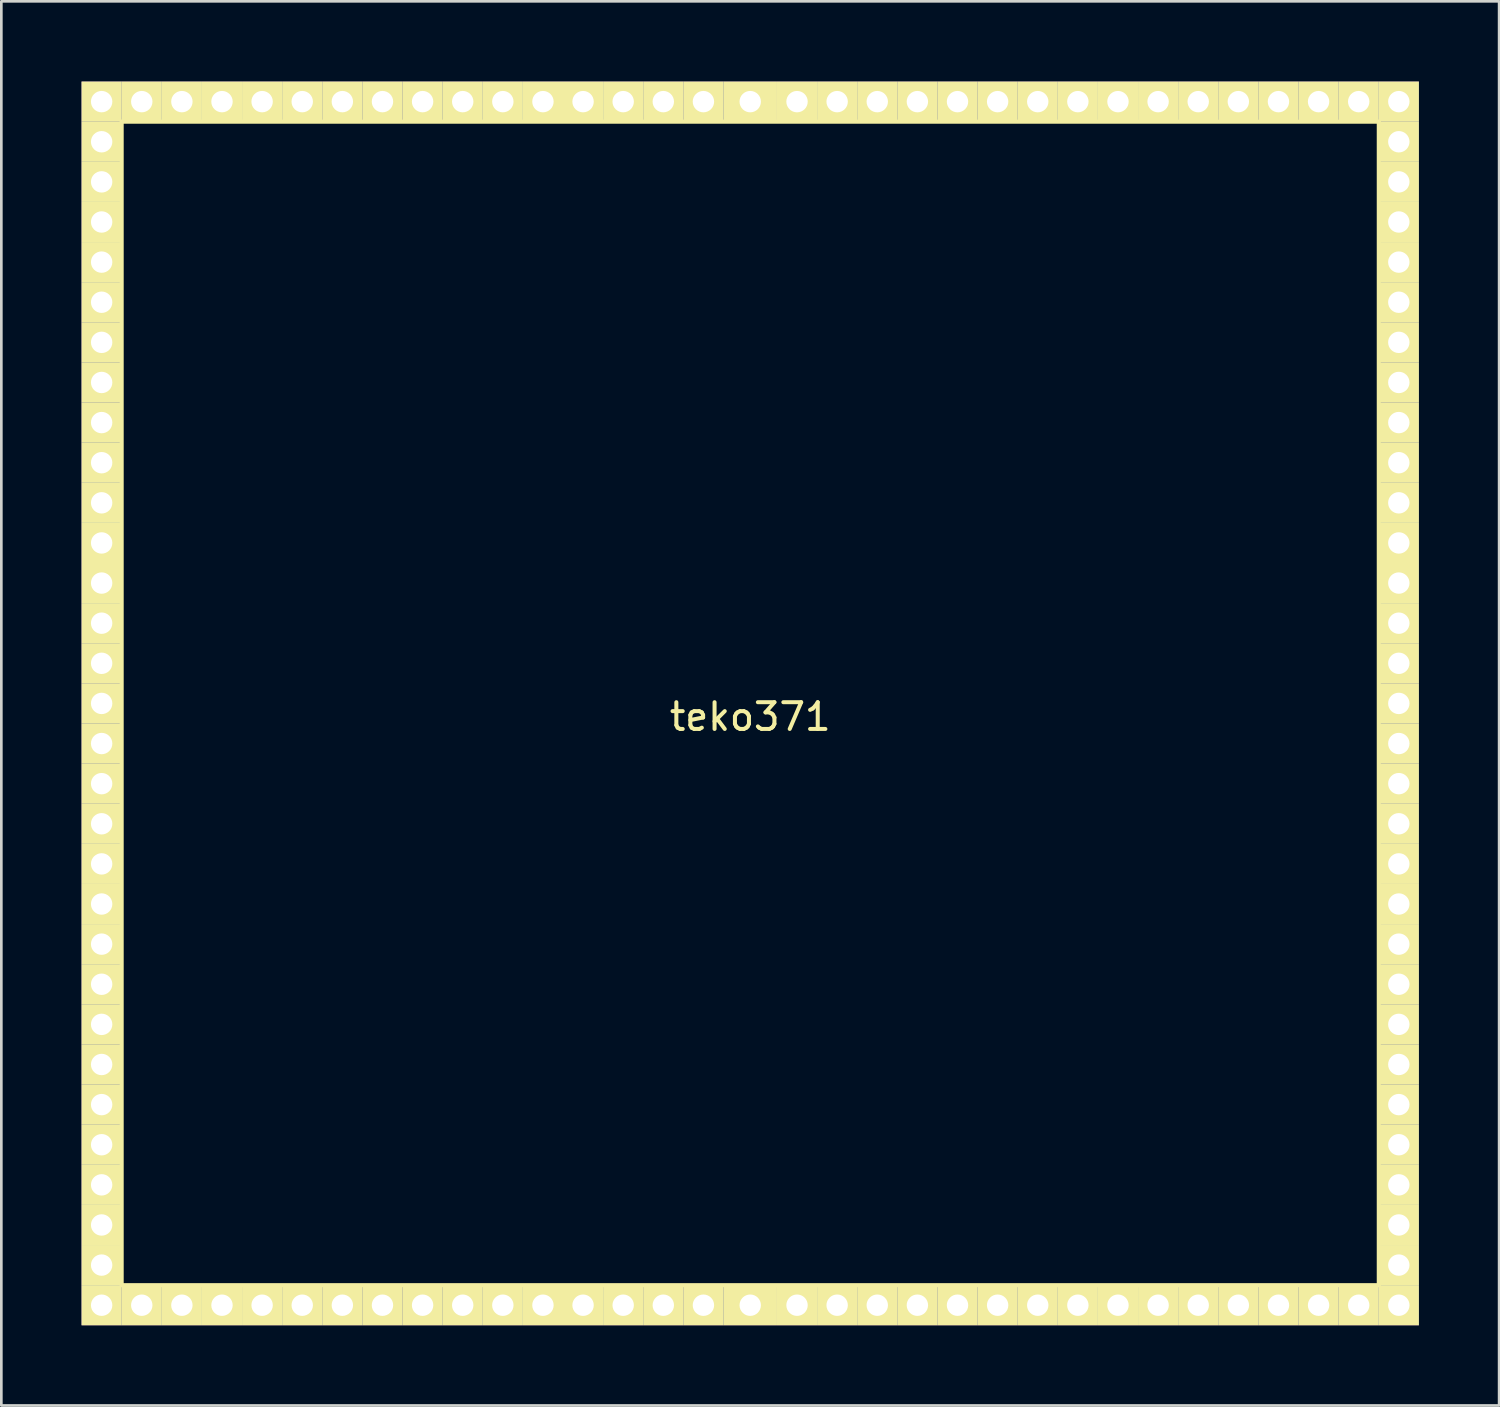
<source format=kicad_pcb>
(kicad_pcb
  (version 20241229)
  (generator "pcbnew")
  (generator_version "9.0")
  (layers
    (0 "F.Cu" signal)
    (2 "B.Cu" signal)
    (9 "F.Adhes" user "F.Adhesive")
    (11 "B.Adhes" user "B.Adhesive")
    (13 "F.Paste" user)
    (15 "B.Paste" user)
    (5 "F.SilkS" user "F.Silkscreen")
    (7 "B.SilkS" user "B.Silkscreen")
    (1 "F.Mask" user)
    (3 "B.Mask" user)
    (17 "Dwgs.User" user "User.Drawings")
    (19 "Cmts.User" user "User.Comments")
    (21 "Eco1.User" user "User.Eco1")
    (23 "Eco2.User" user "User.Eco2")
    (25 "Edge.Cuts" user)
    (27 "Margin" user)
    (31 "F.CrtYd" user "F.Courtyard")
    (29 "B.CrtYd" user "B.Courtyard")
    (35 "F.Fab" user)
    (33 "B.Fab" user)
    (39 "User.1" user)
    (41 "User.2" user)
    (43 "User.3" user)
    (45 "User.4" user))
  (footprint "teko371"
    (layer "F.Cu")
    (at 25 23.25)
    (property "Reference" "teko371" (at 0 0.5 0) (layer "F.SilkS") (effects (font (size 1 1) (thickness 0.15))))
    (attr through_hole)
    (fp_line (start -23.5 -21.75) (end 23.5 -21.75) (stroke (width 0.15) (type solid)) (layer "F.SilkS"))
    (fp_line (start -23.5 21.75) (end -23.5 -21.75) (stroke (width 0.15) (type solid)) (layer "F.SilkS"))
    (fp_line (start 23.5 -21.75) (end 23.5 21.75) (stroke (width 0.15) (type solid)) (layer "F.SilkS"))
    (fp_line (start 23.5 21.75) (end -23.5 21.75) (stroke (width 0.15) (type solid)) (layer "F.SilkS"))
    (pad "1" thru_hole rect (at -24.25 -22.5) (size 1.5 1.5) (drill 0.8) (layers "*.Cu" "*.Mask" "F.SilkS"))
    (pad "1" thru_hole rect (at -24.25 -21) (size 1.5 1.5) (drill 0.8) (layers "*.Cu" "*.Mask" "F.SilkS"))
    (pad "1" thru_hole rect (at -24.25 -19.5) (size 1.5 1.5) (drill 0.8) (layers "*.Cu" "*.Mask" "F.SilkS"))
    (pad "1" thru_hole rect (at -24.25 -18) (size 1.5 1.5) (drill 0.8) (layers "*.Cu" "*.Mask" "F.SilkS"))
    (pad "1" thru_hole rect (at -24.25 -16.5) (size 1.5 1.5) (drill 0.8) (layers "*.Cu" "*.Mask" "F.SilkS"))
    (pad "1" thru_hole rect (at -24.25 -15) (size 1.5 1.5) (drill 0.8) (layers "*.Cu" "*.Mask" "F.SilkS"))
    (pad "1" thru_hole rect (at -24.25 -13.5) (size 1.5 1.5) (drill 0.8) (layers "*.Cu" "*.Mask" "F.SilkS"))
    (pad "1" thru_hole rect (at -24.25 -12) (size 1.5 1.5) (drill 0.8) (layers "*.Cu" "*.Mask" "F.SilkS"))
    (pad "1" thru_hole rect (at -24.25 -10.5) (size 1.5 1.5) (drill 0.8) (layers "*.Cu" "*.Mask" "F.SilkS"))
    (pad "1" thru_hole rect (at -24.25 -9) (size 1.5 1.5) (drill 0.8) (layers "*.Cu" "*.Mask" "F.SilkS"))
    (pad "1" thru_hole rect (at -24.25 -7.5) (size 1.5 1.5) (drill 0.8) (layers "*.Cu" "*.Mask" "F.SilkS"))
    (pad "1" thru_hole rect (at -24.25 -6) (size 1.5 1.5) (drill 0.8) (layers "*.Cu" "*.Mask" "F.SilkS"))
    (pad "1" thru_hole rect (at -24.25 -4.5) (size 1.5 1.5) (drill 0.8) (layers "*.Cu" "*.Mask" "F.SilkS"))
    (pad "1" thru_hole rect (at -24.25 -3) (size 1.5 1.5) (drill 0.8) (layers "*.Cu" "*.Mask" "F.SilkS"))
    (pad "1" thru_hole rect (at -24.25 -1.5) (size 1.5 1.5) (drill 0.8) (layers "*.Cu" "*.Mask" "F.SilkS"))
    (pad "1" thru_hole rect (at -24.25 0) (size 1.5 1.5) (drill 0.8) (layers "*.Cu" "*.Mask" "F.SilkS"))
    (pad "1" thru_hole rect (at -24.25 1.5) (size 1.5 1.5) (drill 0.8) (layers "*.Cu" "*.Mask" "F.SilkS"))
    (pad "1" thru_hole rect (at -24.25 3) (size 1.5 1.5) (drill 0.8) (layers "*.Cu" "*.Mask" "F.SilkS"))
    (pad "1" thru_hole rect (at -24.25 4.5) (size 1.5 1.5) (drill 0.8) (layers "*.Cu" "*.Mask" "F.SilkS"))
    (pad "1" thru_hole rect (at -24.25 6) (size 1.5 1.5) (drill 0.8) (layers "*.Cu" "*.Mask" "F.SilkS"))
    (pad "1" thru_hole rect (at -24.25 7.5) (size 1.5 1.5) (drill 0.8) (layers "*.Cu" "*.Mask" "F.SilkS"))
    (pad "1" thru_hole rect (at -24.25 9) (size 1.5 1.5) (drill 0.8) (layers "*.Cu" "*.Mask" "F.SilkS"))
    (pad "1" thru_hole rect (at -24.25 10.5) (size 1.5 1.5) (drill 0.8) (layers "*.Cu" "*.Mask" "F.SilkS"))
    (pad "1" thru_hole rect (at -24.25 12) (size 1.5 1.5) (drill 0.8) (layers "*.Cu" "*.Mask" "F.SilkS"))
    (pad "1" thru_hole rect (at -24.25 13.5) (size 1.5 1.5) (drill 0.8) (layers "*.Cu" "*.Mask" "F.SilkS"))
    (pad "1" thru_hole rect (at -24.25 15) (size 1.5 1.5) (drill 0.8) (layers "*.Cu" "*.Mask" "F.SilkS"))
    (pad "1" thru_hole rect (at -24.25 16.5) (size 1.5 1.5) (drill 0.8) (layers "*.Cu" "*.Mask" "F.SilkS"))
    (pad "1" thru_hole rect (at -24.25 18) (size 1.5 1.5) (drill 0.8) (layers "*.Cu" "*.Mask" "F.SilkS"))
    (pad "1" thru_hole rect (at -24.25 19.5) (size 1.5 1.5) (drill 0.8) (layers "*.Cu" "*.Mask" "F.SilkS"))
    (pad "1" thru_hole rect (at -24.25 21) (size 1.5 1.5) (drill 0.8) (layers "*.Cu" "*.Mask" "F.SilkS"))
    (pad "1" thru_hole rect (at -24.25 22.5) (size 1.5 1.5) (drill 0.8) (layers "*.Cu" "*.Mask" "F.SilkS"))
    (pad "1" thru_hole rect (at -22.75 -22.5) (size 1.5 1.5) (drill 0.8) (layers "*.Cu" "*.Mask" "F.SilkS"))
    (pad "1" thru_hole rect (at -22.75 22.5) (size 1.5 1.5) (drill 0.8) (layers "*.Cu" "*.Mask" "F.SilkS"))
    (pad "1" thru_hole rect (at -21.25 -22.5) (size 1.5 1.5) (drill 0.8) (layers "*.Cu" "*.Mask" "F.SilkS"))
    (pad "1" thru_hole rect (at -21.25 22.5) (size 1.5 1.5) (drill 0.8) (layers "*.Cu" "*.Mask" "F.SilkS"))
    (pad "1" thru_hole rect (at -19.75 -22.5) (size 1.5 1.5) (drill 0.8) (layers "*.Cu" "*.Mask" "F.SilkS"))
    (pad "1" thru_hole rect (at -19.75 22.5) (size 1.5 1.5) (drill 0.8) (layers "*.Cu" "*.Mask" "F.SilkS"))
    (pad "1" thru_hole rect (at -18.25 -22.5) (size 1.5 1.5) (drill 0.8) (layers "*.Cu" "*.Mask" "F.SilkS"))
    (pad "1" thru_hole rect (at -18.25 22.5) (size 1.5 1.5) (drill 0.8) (layers "*.Cu" "*.Mask" "F.SilkS"))
    (pad "1" thru_hole rect (at -16.75 -22.5) (size 1.5 1.5) (drill 0.8) (layers "*.Cu" "*.Mask" "F.SilkS"))
    (pad "1" thru_hole rect (at -16.75 22.5) (size 1.5 1.5) (drill 0.8) (layers "*.Cu" "*.Mask" "F.SilkS"))
    (pad "1" thru_hole rect (at -15.25 -22.5) (size 1.5 1.5) (drill 0.8) (layers "*.Cu" "*.Mask" "F.SilkS"))
    (pad "1" thru_hole rect (at -15.25 22.5) (size 1.5 1.5) (drill 0.8) (layers "*.Cu" "*.Mask" "F.SilkS"))
    (pad "1" thru_hole rect (at -13.75 -22.5) (size 1.5 1.5) (drill 0.8) (layers "*.Cu" "*.Mask" "F.SilkS"))
    (pad "1" thru_hole rect (at -13.75 22.5) (size 1.5 1.5) (drill 0.8) (layers "*.Cu" "*.Mask" "F.SilkS"))
    (pad "1" thru_hole rect (at -12.25 -22.5) (size 1.5 1.5) (drill 0.8) (layers "*.Cu" "*.Mask" "F.SilkS"))
    (pad "1" thru_hole rect (at -12.25 22.5) (size 1.5 1.5) (drill 0.8) (layers "*.Cu" "*.Mask" "F.SilkS"))
    (pad "1" thru_hole rect (at -10.75 -22.5) (size 1.5 1.5) (drill 0.8) (layers "*.Cu" "*.Mask" "F.SilkS"))
    (pad "1" thru_hole rect (at -10.75 22.5) (size 1.5 1.5) (drill 0.8) (layers "*.Cu" "*.Mask" "F.SilkS"))
    (pad "1" thru_hole rect (at -9.25 -22.5) (size 1.5 1.5) (drill 0.8) (layers "*.Cu" "*.Mask" "F.SilkS"))
    (pad "1" thru_hole rect (at -9.25 22.5) (size 1.5 1.5) (drill 0.8) (layers "*.Cu" "*.Mask" "F.SilkS"))
    (pad "1" thru_hole rect (at -7.75 -22.5) (size 1.5 1.5) (drill 0.8) (layers "*.Cu" "*.Mask" "F.SilkS"))
    (pad "1" thru_hole rect (at -7.75 22.5) (size 1.5 1.5) (drill 0.8) (layers "*.Cu" "*.Mask" "F.SilkS"))
    (pad "1" thru_hole rect (at -6.25 -22.5) (size 1.5 1.5) (drill 0.8) (layers "*.Cu" "*.Mask" "F.SilkS"))
    (pad "1" thru_hole rect (at -6.25 22.5) (size 1.5 1.5) (drill 0.8) (layers "*.Cu" "*.Mask" "F.SilkS"))
    (pad "1" thru_hole rect (at -4.75 -22.5) (size 1.5 1.5) (drill 0.8) (layers "*.Cu" "*.Mask" "F.SilkS"))
    (pad "1" thru_hole rect (at -4.75 22.5) (size 1.5 1.5) (drill 0.8) (layers "*.Cu" "*.Mask" "F.SilkS"))
    (pad "1" thru_hole rect (at -3.25 -22.5) (size 1.5 1.5) (drill 0.8) (layers "*.Cu" "*.Mask" "F.SilkS"))
    (pad "1" thru_hole rect (at -3.25 22.5) (size 1.5 1.5) (drill 0.8) (layers "*.Cu" "*.Mask" "F.SilkS"))
    (pad "1" thru_hole rect (at -1.75 -22.5) (size 1.5 1.5) (drill 0.8) (layers "*.Cu" "*.Mask" "F.SilkS"))
    (pad "1" thru_hole rect (at -1.75 22.5) (size 1.5 1.5) (drill 0.8) (layers "*.Cu" "*.Mask" "F.SilkS"))
    (pad "1" thru_hole rect (at 0 -22.5) (size 2 1.5) (drill 0.8) (layers "*.Cu" "*.Mask" "F.SilkS"))
    (pad "1" thru_hole rect (at 0 22.5) (size 2 1.5) (drill 0.8) (layers "*.Cu" "*.Mask" "F.SilkS"))
    (pad "1" thru_hole rect (at 1.75 -22.5) (size 1.5 1.5) (drill 0.8) (layers "*.Cu" "*.Mask" "F.SilkS"))
    (pad "1" thru_hole rect (at 1.75 22.5) (size 1.5 1.5) (drill 0.8) (layers "*.Cu" "*.Mask" "F.SilkS"))
    (pad "1" thru_hole rect (at 3.25 -22.5) (size 1.5 1.5) (drill 0.8) (layers "*.Cu" "*.Mask" "F.SilkS"))
    (pad "1" thru_hole rect (at 3.25 22.5) (size 1.5 1.5) (drill 0.8) (layers "*.Cu" "*.Mask" "F.SilkS"))
    (pad "1" thru_hole rect (at 4.75 -22.5) (size 1.5 1.5) (drill 0.8) (layers "*.Cu" "*.Mask" "F.SilkS"))
    (pad "1" thru_hole rect (at 4.75 22.5) (size 1.5 1.5) (drill 0.8) (layers "*.Cu" "*.Mask" "F.SilkS"))
    (pad "1" thru_hole rect (at 6.25 -22.5) (size 1.5 1.5) (drill 0.8) (layers "*.Cu" "*.Mask" "F.SilkS"))
    (pad "1" thru_hole rect (at 6.25 22.5) (size 1.5 1.5) (drill 0.8) (layers "*.Cu" "*.Mask" "F.SilkS"))
    (pad "1" thru_hole rect (at 7.75 -22.5) (size 1.5 1.5) (drill 0.8) (layers "*.Cu" "*.Mask" "F.SilkS"))
    (pad "1" thru_hole rect (at 7.75 22.5) (size 1.5 1.5) (drill 0.8) (layers "*.Cu" "*.Mask" "F.SilkS"))
    (pad "1" thru_hole rect (at 9.25 -22.5) (size 1.5 1.5) (drill 0.8) (layers "*.Cu" "*.Mask" "F.SilkS"))
    (pad "1" thru_hole rect (at 9.25 22.5) (size 1.5 1.5) (drill 0.8) (layers "*.Cu" "*.Mask" "F.SilkS"))
    (pad "1" thru_hole rect (at 10.75 -22.5) (size 1.5 1.5) (drill 0.8) (layers "*.Cu" "*.Mask" "F.SilkS"))
    (pad "1" thru_hole rect (at 10.75 22.5) (size 1.5 1.5) (drill 0.8) (layers "*.Cu" "*.Mask" "F.SilkS"))
    (pad "1" thru_hole rect (at 12.25 -22.5) (size 1.5 1.5) (drill 0.8) (layers "*.Cu" "*.Mask" "F.SilkS"))
    (pad "1" thru_hole rect (at 12.25 22.5) (size 1.5 1.5) (drill 0.8) (layers "*.Cu" "*.Mask" "F.SilkS"))
    (pad "1" thru_hole rect (at 13.75 -22.5) (size 1.5 1.5) (drill 0.8) (layers "*.Cu" "*.Mask" "F.SilkS"))
    (pad "1" thru_hole rect (at 13.75 22.5) (size 1.5 1.5) (drill 0.8) (layers "*.Cu" "*.Mask" "F.SilkS"))
    (pad "1" thru_hole rect (at 15.25 -22.5) (size 1.5 1.5) (drill 0.8) (layers "*.Cu" "*.Mask" "F.SilkS"))
    (pad "1" thru_hole rect (at 15.25 22.5) (size 1.5 1.5) (drill 0.8) (layers "*.Cu" "*.Mask" "F.SilkS"))
    (pad "1" thru_hole rect (at 16.75 -22.5) (size 1.5 1.5) (drill 0.8) (layers "*.Cu" "*.Mask" "F.SilkS"))
    (pad "1" thru_hole rect (at 16.75 22.5) (size 1.5 1.5) (drill 0.8) (layers "*.Cu" "*.Mask" "F.SilkS"))
    (pad "1" thru_hole rect (at 18.25 -22.5) (size 1.5 1.5) (drill 0.8) (layers "*.Cu" "*.Mask" "F.SilkS"))
    (pad "1" thru_hole rect (at 18.25 22.5) (size 1.5 1.5) (drill 0.8) (layers "*.Cu" "*.Mask" "F.SilkS"))
    (pad "1" thru_hole rect (at 19.75 -22.5) (size 1.5 1.5) (drill 0.8) (layers "*.Cu" "*.Mask" "F.SilkS"))
    (pad "1" thru_hole rect (at 19.75 22.5) (size 1.5 1.5) (drill 0.8) (layers "*.Cu" "*.Mask" "F.SilkS"))
    (pad "1" thru_hole rect (at 21.25 -22.5) (size 1.5 1.5) (drill 0.8) (layers "*.Cu" "*.Mask" "F.SilkS"))
    (pad "1" thru_hole rect (at 21.25 22.5) (size 1.5 1.5) (drill 0.8) (layers "*.Cu" "*.Mask" "F.SilkS"))
    (pad "1" thru_hole rect (at 22.75 -22.5) (size 1.5 1.5) (drill 0.8) (layers "*.Cu" "*.Mask" "F.SilkS"))
    (pad "1" thru_hole rect (at 22.75 22.5) (size 1.5 1.5) (drill 0.8) (layers "*.Cu" "*.Mask" "F.SilkS"))
    (pad "1" thru_hole rect (at 24.25 -22.5) (size 1.5 1.5) (drill 0.8) (layers "*.Cu" "*.Mask" "F.SilkS"))
    (pad "1" thru_hole rect (at 24.25 -21) (size 1.5 1.5) (drill 0.8) (layers "*.Cu" "*.Mask" "F.SilkS"))
    (pad "1" thru_hole rect (at 24.25 -19.5) (size 1.5 1.5) (drill 0.8) (layers "*.Cu" "*.Mask" "F.SilkS"))
    (pad "1" thru_hole rect (at 24.25 -18) (size 1.5 1.5) (drill 0.8) (layers "*.Cu" "*.Mask" "F.SilkS"))
    (pad "1" thru_hole rect (at 24.25 -16.5) (size 1.5 1.5) (drill 0.8) (layers "*.Cu" "*.Mask" "F.SilkS"))
    (pad "1" thru_hole rect (at 24.25 -15) (size 1.5 1.5) (drill 0.8) (layers "*.Cu" "*.Mask" "F.SilkS"))
    (pad "1" thru_hole rect (at 24.25 -13.5) (size 1.5 1.5) (drill 0.8) (layers "*.Cu" "*.Mask" "F.SilkS"))
    (pad "1" thru_hole rect (at 24.25 -12) (size 1.5 1.5) (drill 0.8) (layers "*.Cu" "*.Mask" "F.SilkS"))
    (pad "1" thru_hole rect (at 24.25 -10.5) (size 1.5 1.5) (drill 0.8) (layers "*.Cu" "*.Mask" "F.SilkS"))
    (pad "1" thru_hole rect (at 24.25 -9) (size 1.5 1.5) (drill 0.8) (layers "*.Cu" "*.Mask" "F.SilkS"))
    (pad "1" thru_hole rect (at 24.25 -7.5) (size 1.5 1.5) (drill 0.8) (layers "*.Cu" "*.Mask" "F.SilkS"))
    (pad "1" thru_hole rect (at 24.25 -6) (size 1.5 1.5) (drill 0.8) (layers "*.Cu" "*.Mask" "F.SilkS"))
    (pad "1" thru_hole rect (at 24.25 -4.5) (size 1.5 1.5) (drill 0.8) (layers "*.Cu" "*.Mask" "F.SilkS"))
    (pad "1" thru_hole rect (at 24.25 -3) (size 1.5 1.5) (drill 0.8) (layers "*.Cu" "*.Mask" "F.SilkS"))
    (pad "1" thru_hole rect (at 24.25 -1.5) (size 1.5 1.5) (drill 0.8) (layers "*.Cu" "*.Mask" "F.SilkS"))
    (pad "1" thru_hole rect (at 24.25 0) (size 1.5 1.5) (drill 0.8) (layers "*.Cu" "*.Mask" "F.SilkS"))
    (pad "1" thru_hole rect (at 24.25 1.5) (size 1.5 1.5) (drill 0.8) (layers "*.Cu" "*.Mask" "F.SilkS"))
    (pad "1" thru_hole rect (at 24.25 3) (size 1.5 1.5) (drill 0.8) (layers "*.Cu" "*.Mask" "F.SilkS"))
    (pad "1" thru_hole rect (at 24.25 4.5) (size 1.5 1.5) (drill 0.8) (layers "*.Cu" "*.Mask" "F.SilkS"))
    (pad "1" thru_hole rect (at 24.25 6) (size 1.5 1.5) (drill 0.8) (layers "*.Cu" "*.Mask" "F.SilkS"))
    (pad "1" thru_hole rect (at 24.25 7.5) (size 1.5 1.5) (drill 0.8) (layers "*.Cu" "*.Mask" "F.SilkS"))
    (pad "1" thru_hole rect (at 24.25 9) (size 1.5 1.5) (drill 0.8) (layers "*.Cu" "*.Mask" "F.SilkS"))
    (pad "1" thru_hole rect (at 24.25 10.5) (size 1.5 1.5) (drill 0.8) (layers "*.Cu" "*.Mask" "F.SilkS"))
    (pad "1" thru_hole rect (at 24.25 12) (size 1.5 1.5) (drill 0.8) (layers "*.Cu" "*.Mask" "F.SilkS"))
    (pad "1" thru_hole rect (at 24.25 13.5) (size 1.5 1.5) (drill 0.8) (layers "*.Cu" "*.Mask" "F.SilkS"))
    (pad "1" thru_hole rect (at 24.25 15) (size 1.5 1.5) (drill 0.8) (layers "*.Cu" "*.Mask" "F.SilkS"))
    (pad "1" thru_hole rect (at 24.25 16.5) (size 1.5 1.5) (drill 0.8) (layers "*.Cu" "*.Mask" "F.SilkS"))
    (pad "1" thru_hole rect (at 24.25 18) (size 1.5 1.5) (drill 0.8) (layers "*.Cu" "*.Mask" "F.SilkS"))
    (pad "1" thru_hole rect (at 24.25 19.5) (size 1.5 1.5) (drill 0.8) (layers "*.Cu" "*.Mask" "F.SilkS"))
    (pad "1" thru_hole rect (at 24.25 21) (size 1.5 1.5) (drill 0.8) (layers "*.Cu" "*.Mask" "F.SilkS"))
    (pad "1" thru_hole rect (at 24.25 22.5) (size 1.5 1.5) (drill 0.8) (layers "*.Cu" "*.Mask" "F.SilkS")))
  (gr_rect
    (start -3 -3)
    (end 53 49.5)
    (stroke (width 0.1) (type default))
    (fill no)
    (layer "Edge.Cuts")))
</source>
